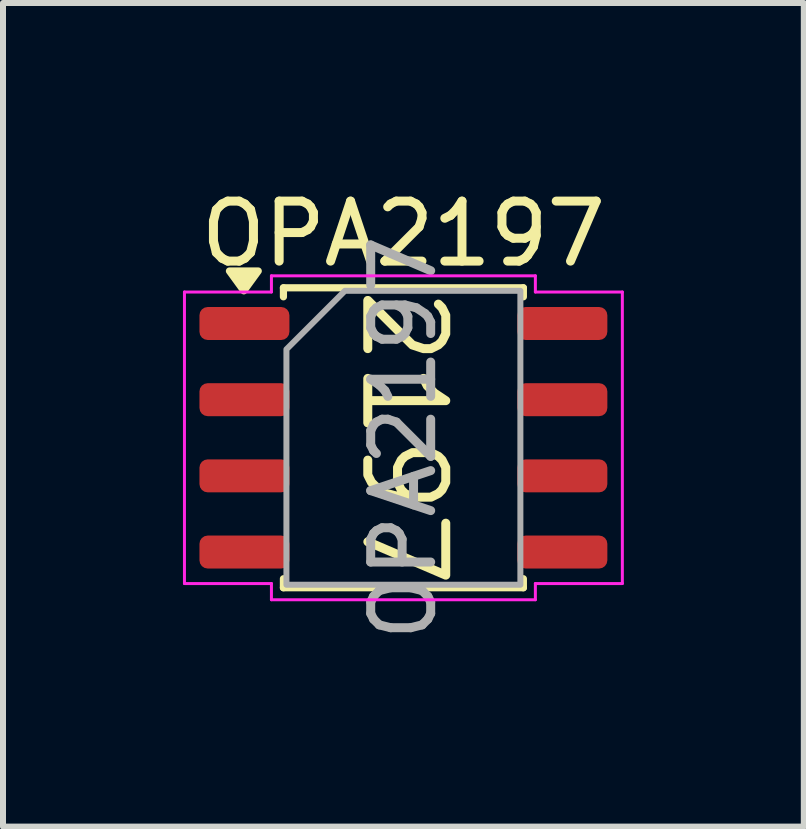
<source format=kicad_pcb>
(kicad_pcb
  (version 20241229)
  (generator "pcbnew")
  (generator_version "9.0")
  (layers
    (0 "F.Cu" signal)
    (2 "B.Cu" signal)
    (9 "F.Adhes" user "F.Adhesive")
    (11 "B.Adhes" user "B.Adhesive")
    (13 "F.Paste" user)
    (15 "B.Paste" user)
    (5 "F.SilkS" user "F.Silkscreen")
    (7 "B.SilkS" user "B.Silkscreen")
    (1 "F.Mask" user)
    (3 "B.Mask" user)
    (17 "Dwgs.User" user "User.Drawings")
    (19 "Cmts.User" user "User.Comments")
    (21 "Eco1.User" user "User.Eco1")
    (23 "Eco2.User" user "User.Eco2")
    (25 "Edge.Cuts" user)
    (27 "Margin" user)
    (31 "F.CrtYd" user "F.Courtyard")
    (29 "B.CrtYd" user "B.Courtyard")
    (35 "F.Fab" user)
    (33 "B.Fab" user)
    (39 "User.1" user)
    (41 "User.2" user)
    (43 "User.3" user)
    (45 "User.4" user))
  (footprint "OPA2197"
    (layer "F.Cu")
    (at 3.675 4.248)
    (property "Reference" "OPA2197" (at 0 -3.4 0) (layer "F.SilkS") (effects (font (size 1 1) (thickness 0.15))))
    (attr smd)
    (fp_line (start -2 -2.5) (end -2 -2.35) (stroke (width 0.12) (type solid)) (layer "F.SilkS"))
    (fp_line (start -2 -2.5) (end 2 -2.5) (stroke (width 0.12) (type solid)) (layer "F.SilkS"))
    (fp_line (start -2 2.5) (end -2 2.35) (stroke (width 0.12) (type solid)) (layer "F.SilkS"))
    (fp_line (start 2 -2.5) (end 2 -2.35) (stroke (width 0.12) (type solid)) (layer "F.SilkS"))
    (fp_line (start 2 2.35) (end 2 2.5) (stroke (width 0.12) (type solid)) (layer "F.SilkS"))
    (fp_line (start 2 2.5) (end -2 2.5) (stroke (width 0.12) (type solid)) (layer "F.SilkS"))
    (fp_poly (pts (xy -2.66 -2.45) (xy -2.9 -2.78) (xy -2.42 -2.78)) (stroke (width 0.12) (type solid)) (fill yes) (layer "F.SilkS"))
    (fp_poly (pts (xy 0.748 1.361) (xy 0.769 1.382) (xy 0.78 1.409) (xy 0.781 1.424) (xy 0.781 2.29) (xy 0.78 2.305) (xy 0.78 2.306) (xy 0.78 2.306) (xy 0.774 2.319) (xy 0.769 2.332) (xy 0.768 2.332) (xy 0.768 2.333) (xy 0.758 2.343) (xy 0.748 2.353) (xy 0.748 2.353) (xy 0.747 2.353) (xy 0.734 2.359) (xy 0.721 2.364) (xy 0.721 2.364) (xy 0.72 2.364) (xy 0.706 2.364) (xy 0.692 2.364) (xy 0.691 2.364) (xy 0.691 2.364) (xy 0.677 2.359) (xy -0.623 1.802) (xy -0.636 1.795) (xy -0.656 1.774) (xy -0.667 1.747) (xy -0.667 1.718) (xy -0.655 1.691) (xy -0.635 1.67) (xy -0.607 1.66) (xy -0.578 1.66) (xy -0.564 1.664) (xy 0.631 2.177) (xy 0.631 1.424) (xy 0.633 1.409) (xy 0.644 1.382) (xy 0.665 1.361) (xy 0.692 1.35) (xy 0.721 1.35)) (stroke (width 0) (type solid)) (fill yes) (layer "F.SilkS"))
    (fp_poly (pts (xy 0.372 -1.056) (xy 0.394 -1.036) (xy 0.402 -1.024) (xy 0.459 -0.911) (xy 0.568 -0.801) (xy 0.748 -0.681) (xy 0.748 -0.681) (xy 0.748 -0.681) (xy 0.748 -0.681) (xy 0.759 -0.672) (xy 0.764 -0.666) (xy 0.769 -0.661) (xy 0.772 -0.654) (xy 0.776 -0.648) (xy 0.777 -0.641) (xy 0.78 -0.634) (xy 0.78 -0.626) (xy 0.781 -0.619) (xy 0.78 -0.612) (xy 0.78 -0.604) (xy 0.777 -0.598) (xy 0.776 -0.59) (xy 0.772 -0.584) (xy 0.769 -0.577) (xy 0.764 -0.572) (xy 0.759 -0.566) (xy 0.753 -0.562) (xy 0.748 -0.557) (xy 0.741 -0.554) (xy 0.735 -0.55) (xy 0.728 -0.548) (xy 0.721 -0.545) (xy 0.707 -0.544) (xy 0.706 -0.544) (xy 0.706 -0.544) (xy 0.706 -0.544) (xy -0.519 -0.544) (xy -0.519 -0.248) (xy -0.52 -0.233) (xy -0.531 -0.206) (xy -0.552 -0.185) (xy -0.579 -0.174) (xy -0.608 -0.174) (xy -0.635 -0.185) (xy -0.656 -0.206) (xy -0.667 -0.233) (xy -0.669 -0.248) (xy -0.669 -0.99) (xy -0.667 -1.005) (xy -0.656 -1.032) (xy -0.635 -1.053) (xy -0.608 -1.064) (xy -0.579 -1.064) (xy -0.552 -1.053) (xy -0.531 -1.032) (xy -0.52 -1.005) (xy -0.519 -0.99) (xy -0.519 -0.694) (xy 0.463 -0.694) (xy 0.344 -0.814) (xy 0.339 -0.819) (xy 0.338 -0.821) (xy 0.336 -0.823) (xy 0.335 -0.825) (xy 0.334 -0.827) (xy 0.33 -0.833) (xy 0.268 -0.957) (xy 0.263 -0.971) (xy 0.261 -1) (xy 0.27 -1.028) (xy 0.289 -1.05) (xy 0.315 -1.063) (xy 0.344 -1.065)) (stroke (width 0) (type solid)) (fill yes) (layer "F.SilkS"))
    (fp_poly (pts (xy -0.579 -2.364) (xy -0.552 -2.353) (xy -0.541 -2.344) (xy 0.19 -1.613) (xy 0.347 -1.561) (xy 0.441 -1.561) (xy 0.538 -1.609) (xy 0.583 -1.654) (xy 0.631 -1.751) (xy 0.631 -2.025) (xy 0.583 -2.122) (xy 0.53 -2.176) (xy 0.52 -2.187) (xy 0.509 -2.214) (xy 0.509 -2.243) (xy 0.52 -2.27) (xy 0.541 -2.291) (xy 0.568 -2.302) (xy 0.597 -2.302) (xy 0.624 -2.291) (xy 0.636 -2.282) (xy 0.698 -2.22) (xy 0.702 -2.214) (xy 0.704 -2.213) (xy 0.705 -2.21) (xy 0.707 -2.208) (xy 0.708 -2.207) (xy 0.712 -2.2) (xy 0.773 -2.076) (xy 0.779 -2.063) (xy 0.779 -2.06) (xy 0.78 -2.057) (xy 0.781 -2.043) (xy 0.781 -1.733) (xy 0.78 -1.719) (xy 0.779 -1.716) (xy 0.779 -1.714) (xy 0.773 -1.7) (xy 0.712 -1.576) (xy 0.708 -1.57) (xy 0.707 -1.568) (xy 0.705 -1.566) (xy 0.704 -1.564) (xy 0.702 -1.562) (xy 0.698 -1.556) (xy 0.636 -1.495) (xy 0.63 -1.49) (xy 0.629 -1.488) (xy 0.626 -1.487) (xy 0.624 -1.485) (xy 0.622 -1.484) (xy 0.616 -1.481) (xy 0.492 -1.419) (xy 0.479 -1.413) (xy 0.476 -1.413) (xy 0.473 -1.412) (xy 0.459 -1.411) (xy 0.335 -1.411) (xy 0.328 -1.411) (xy 0.326 -1.411) (xy 0.323 -1.412) (xy 0.32 -1.412) (xy 0.319 -1.413) (xy 0.311 -1.415) (xy 0.126 -1.476) (xy 0.112 -1.482) (xy 0.11 -1.484) (xy 0.108 -1.485) (xy 0.096 -1.495) (xy -0.519 -2.109) (xy -0.519 -1.486) (xy -0.52 -1.471) (xy -0.531 -1.444) (xy -0.552 -1.423) (xy -0.579 -1.412) (xy -0.608 -1.412) (xy -0.635 -1.423) (xy -0.656 -1.444) (xy -0.667 -1.471) (xy -0.669 -1.486) (xy -0.669 -2.29) (xy -0.667 -2.305) (xy -0.656 -2.332) (xy -0.635 -2.353) (xy -0.608 -2.364)) (stroke (width 0) (type solid)) (fill yes) (layer "F.SilkS"))
    (fp_poly (pts (xy 0.473 0.174) (xy 0.476 0.175) (xy 0.479 0.175) (xy 0.492 0.181) (xy 0.616 0.242) (xy 0.622 0.246) (xy 0.624 0.247) (xy 0.626 0.249) (xy 0.629 0.25) (xy 0.63 0.252) (xy 0.636 0.256) (xy 0.698 0.318) (xy 0.702 0.324) (xy 0.704 0.325) (xy 0.705 0.328) (xy 0.707 0.33) (xy 0.708 0.332) (xy 0.712 0.338) (xy 0.773 0.462) (xy 0.779 0.475) (xy 0.779 0.478) (xy 0.78 0.481) (xy 0.781 0.495) (xy 0.781 0.743) (xy 0.78 0.757) (xy 0.779 0.76) (xy 0.779 0.763) (xy 0.773 0.776) (xy 0.712 0.9) (xy 0.708 0.906) (xy 0.707 0.908) (xy 0.705 0.91) (xy 0.704 0.913) (xy 0.702 0.914) (xy 0.698 0.92) (xy 0.636 0.982) (xy 0.63 0.986) (xy 0.629 0.988) (xy 0.626 0.989) (xy 0.624 0.991) (xy 0.622 0.992) (xy 0.616 0.996) (xy 0.492 1.058) (xy 0.479 1.063) (xy 0.476 1.063) (xy 0.473 1.064) (xy 0.459 1.065) (xy -0.036 1.065) (xy -0.039 1.065) (xy -0.04 1.065) (xy -0.046 1.065) (xy -0.051 1.064) (xy -0.052 1.064) (xy -0.055 1.063) (xy -0.302 1.001) (xy -0.311 0.998) (xy -0.313 0.998) (xy -0.314 0.997) (xy -0.316 0.996) (xy -0.318 0.995) (xy -0.326 0.991) (xy -0.511 0.867) (xy -0.511 0.867) (xy -0.511 0.867) (xy -0.517 0.863) (xy -0.523 0.858) (xy -0.523 0.858) (xy -0.523 0.858) (xy -0.585 0.796) (xy -0.589 0.79) (xy -0.591 0.789) (xy -0.592 0.787) (xy -0.594 0.785) (xy -0.595 0.783) (xy -0.599 0.776) (xy -0.661 0.653) (xy -0.666 0.639) (xy -0.666 0.636) (xy -0.667 0.634) (xy -0.669 0.619) (xy -0.669 0.371) (xy -0.667 0.357) (xy -0.656 0.33) (xy -0.635 0.309) (xy -0.608 0.298) (xy -0.579 0.298) (xy -0.552 0.309) (xy -0.531 0.33) (xy -0.52 0.357) (xy -0.519 0.371) (xy -0.519 0.601) (xy -0.47 0.698) (xy -0.422 0.746) (xy -0.253 0.859) (xy -0.106 0.896) (xy -0.165 0.776) (xy -0.171 0.763) (xy -0.171 0.76) (xy -0.172 0.757) (xy -0.173 0.743) (xy -0.173 0.513) (xy -0.023 0.513) (xy -0.023 0.725) (xy 0.025 0.822) (xy 0.07 0.867) (xy 0.167 0.915) (xy 0.441 0.915) (xy 0.538 0.867) (xy 0.583 0.822) (xy 0.631 0.725) (xy 0.631 0.513) (xy 0.583 0.416) (xy 0.538 0.371) (xy 0.441 0.323) (xy 0.167 0.323) (xy 0.07 0.371) (xy 0.025 0.416) (xy -0.023 0.513) (xy -0.173 0.513) (xy -0.173 0.495) (xy -0.172 0.481) (xy -0.171 0.478) (xy -0.171 0.475) (xy -0.165 0.462) (xy -0.104 0.338) (xy -0.1 0.332) (xy -0.099 0.33) (xy -0.097 0.328) (xy -0.096 0.325) (xy -0.094 0.324) (xy -0.089 0.318) (xy -0.028 0.256) (xy -0.022 0.252) (xy -0.021 0.25) (xy -0.018 0.249) (xy -0.016 0.247) (xy -0.014 0.246) (xy -0.008 0.242) (xy 0.116 0.181) (xy 0.129 0.175) (xy 0.132 0.175) (xy 0.135 0.174) (xy 0.149 0.173) (xy 0.459 0.173)) (stroke (width 0) (type solid)) (fill yes) (layer "F.SilkS"))
    (fp_line (start -3.65 -2.43) (end -2.2 -2.43) (stroke (width 0.05) (type solid)) (layer "F.CrtYd"))
    (fp_line (start -3.65 2.43) (end -3.65 -2.43) (stroke (width 0.05) (type solid)) (layer "F.CrtYd"))
    (fp_line (start -2.2 -2.7) (end 2.2 -2.7) (stroke (width 0.05) (type solid)) (layer "F.CrtYd"))
    (fp_line (start -2.2 -2.43) (end -2.2 -2.7) (stroke (width 0.05) (type solid)) (layer "F.CrtYd"))
    (fp_line (start -2.2 2.43) (end -3.65 2.43) (stroke (width 0.05) (type solid)) (layer "F.CrtYd"))
    (fp_line (start -2.2 2.7) (end -2.2 2.43) (stroke (width 0.05) (type solid)) (layer "F.CrtYd"))
    (fp_line (start 2.2 -2.7) (end 2.2 -2.43) (stroke (width 0.05) (type solid)) (layer "F.CrtYd"))
    (fp_line (start 2.2 -2.43) (end 3.65 -2.43) (stroke (width 0.05) (type solid)) (layer "F.CrtYd"))
    (fp_line (start 2.2 2.43) (end 2.2 2.7) (stroke (width 0.05) (type solid)) (layer "F.CrtYd"))
    (fp_line (start 2.2 2.7) (end -2.2 2.7) (stroke (width 0.05) (type solid)) (layer "F.CrtYd"))
    (fp_line (start 3.65 -2.43) (end 3.65 2.43) (stroke (width 0.05) (type solid)) (layer "F.CrtYd"))
    (fp_line (start 3.65 2.43) (end 2.2 2.43) (stroke (width 0.05) (type solid)) (layer "F.CrtYd"))
    (fp_poly (pts (xy -0.975 -2.45) (xy 1.95 -2.45) (xy 1.95 2.45) (xy -1.95 2.45) (xy -1.95 -1.475)) (stroke (width 0.1) (type solid)) (fill no) (layer "F.Fab"))
    (fp_text user "${REFERENCE}" (at 0 0 90) (layer "F.Fab") (effects (font (size 1 1) (thickness 0.15))))
    (pad "1" smd roundrect (at -2.65 -1.905) (size 1.5 0.55) (layers "F.Cu" "F.Mask" "F.Paste") (roundrect_rratio 0.25))
    (pad "2" smd roundrect (at -2.65 -0.635) (size 1.5 0.55) (layers "F.Cu" "F.Mask" "F.Paste") (roundrect_rratio 0.25))
    (pad "3" smd roundrect (at -2.65 0.635) (size 1.5 0.55) (layers "F.Cu" "F.Mask" "F.Paste") (roundrect_rratio 0.25))
    (pad "4" smd roundrect (at -2.65 1.905) (size 1.5 0.55) (layers "F.Cu" "F.Mask" "F.Paste") (roundrect_rratio 0.25))
    (pad "5" smd roundrect (at 2.65 1.905) (size 1.5 0.55) (layers "F.Cu" "F.Mask" "F.Paste") (roundrect_rratio 0.25))
    (pad "6" smd roundrect (at 2.65 0.635) (size 1.5 0.55) (layers "F.Cu" "F.Mask" "F.Paste") (roundrect_rratio 0.25))
    (pad "7" smd roundrect (at 2.65 -0.635) (size 1.5 0.55) (layers "F.Cu" "F.Mask" "F.Paste") (roundrect_rratio 0.25))
    (pad "8" smd roundrect (at 2.65 -1.905) (size 1.5 0.55) (layers "F.Cu" "F.Mask" "F.Paste") (roundrect_rratio 0.25)))
  (gr_rect
    (start -3 -3)
    (end 10.35 10.73)
    (stroke (width 0.1) (type default))
    (fill no)
    (layer "Edge.Cuts")))
</source>
